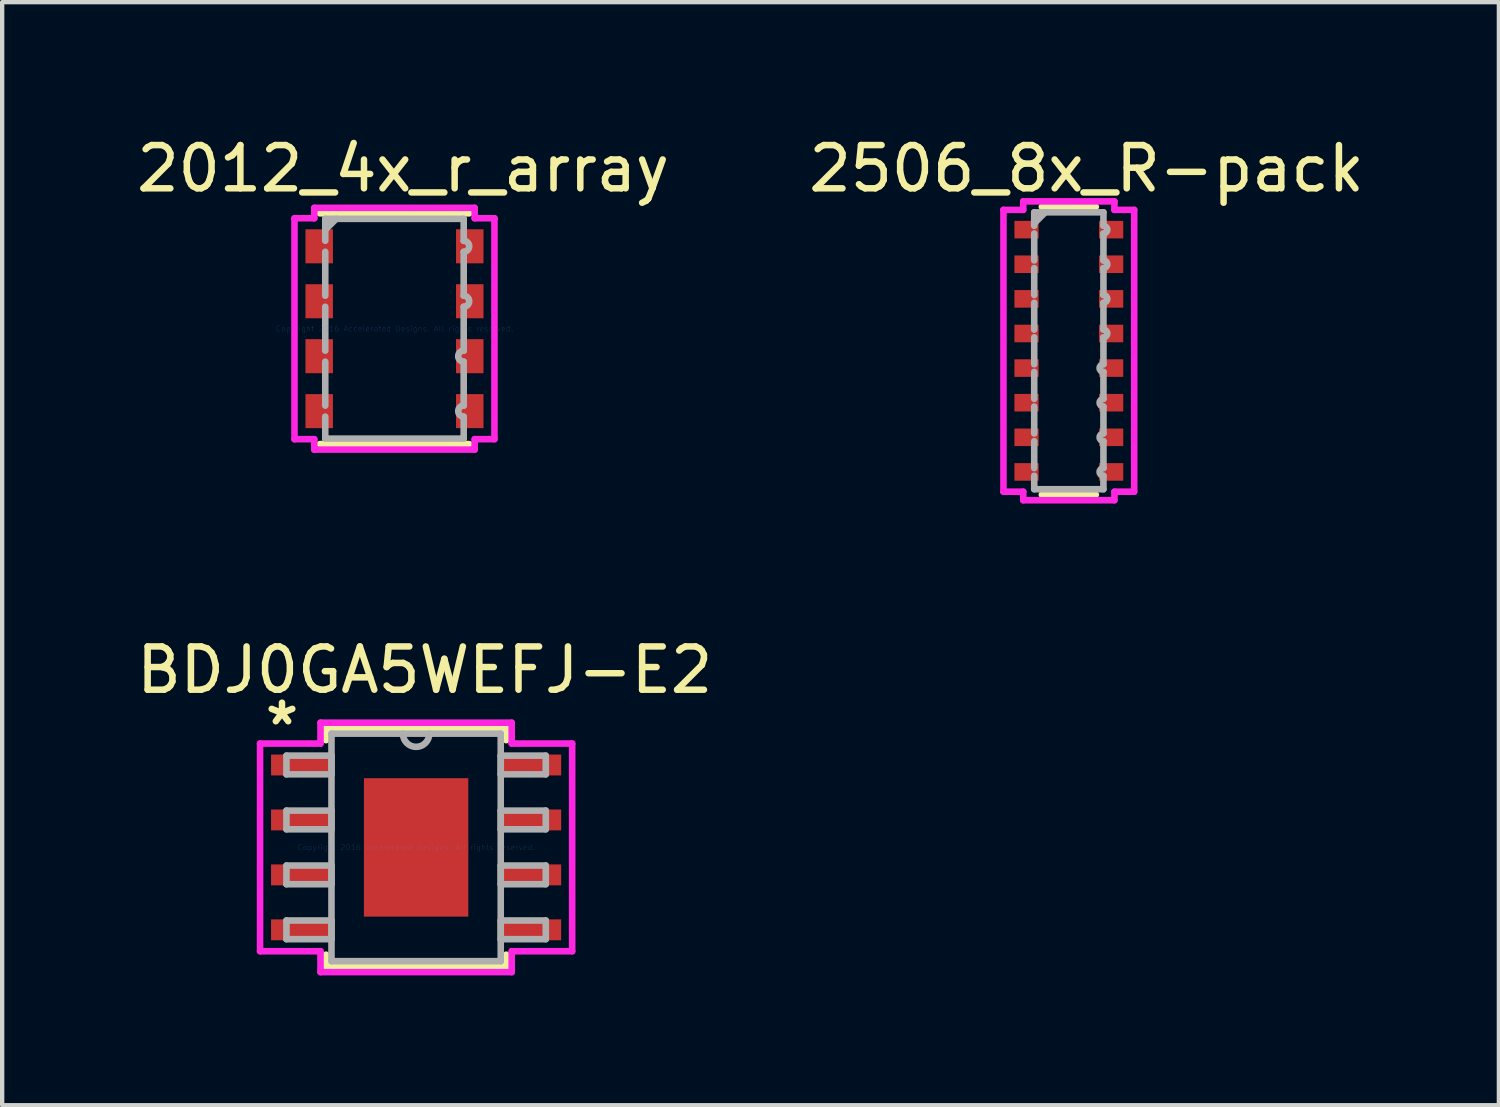
<source format=kicad_pcb>
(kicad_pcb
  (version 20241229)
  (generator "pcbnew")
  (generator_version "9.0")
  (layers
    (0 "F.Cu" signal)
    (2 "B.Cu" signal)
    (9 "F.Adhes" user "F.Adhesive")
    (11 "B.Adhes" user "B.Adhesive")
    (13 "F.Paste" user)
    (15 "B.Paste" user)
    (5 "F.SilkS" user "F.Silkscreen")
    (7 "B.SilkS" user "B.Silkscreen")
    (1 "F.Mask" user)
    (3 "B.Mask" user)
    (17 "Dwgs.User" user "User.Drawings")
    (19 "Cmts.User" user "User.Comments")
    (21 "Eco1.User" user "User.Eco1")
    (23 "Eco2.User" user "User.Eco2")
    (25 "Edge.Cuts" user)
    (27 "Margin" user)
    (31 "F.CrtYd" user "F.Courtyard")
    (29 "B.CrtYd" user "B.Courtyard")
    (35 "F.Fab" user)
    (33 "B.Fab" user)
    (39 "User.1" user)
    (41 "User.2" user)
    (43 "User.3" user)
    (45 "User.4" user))
  (footprint "2506_8x_R-pack"
    (layer "F.Cu")
    (at 21.655 5.058)
    (property "Reference" "2506_8x_R-pack" (at 0.41 -4.21 0) (layer "F.SilkS") (effects (font (size 1 1) (thickness 0.15))))
    (attr through_hole)
    (fp_line (start -0.624 -3.327) (end 0.624 -3.327) (stroke (width 0.152) (type solid)) (layer "F.SilkS"))
    (fp_line (start -0.624 3.327) (end 0.624 3.327) (stroke (width 0.152) (type solid)) (layer "F.SilkS"))
    (fp_line (start -1.511 -3.257) (end -1.054 -3.257) (stroke (width 0.152) (type solid)) (layer "F.CrtYd"))
    (fp_line (start -1.511 3.257) (end -1.511 -3.257) (stroke (width 0.152) (type solid)) (layer "F.CrtYd"))
    (fp_line (start -1.054 -3.454) (end 1.054 -3.454) (stroke (width 0.152) (type solid)) (layer "F.CrtYd"))
    (fp_line (start -1.054 -3.257) (end -1.054 -3.454) (stroke (width 0.152) (type solid)) (layer "F.CrtYd"))
    (fp_line (start -1.054 3.257) (end -1.511 3.257) (stroke (width 0.152) (type solid)) (layer "F.CrtYd"))
    (fp_line (start -1.054 3.454) (end -1.054 3.257) (stroke (width 0.152) (type solid)) (layer "F.CrtYd"))
    (fp_line (start 1.054 -3.454) (end 1.054 -3.257) (stroke (width 0.152) (type solid)) (layer "F.CrtYd"))
    (fp_line (start 1.054 -3.257) (end 1.511 -3.257) (stroke (width 0.152) (type solid)) (layer "F.CrtYd"))
    (fp_line (start 1.054 3.257) (end 1.054 3.454) (stroke (width 0.152) (type solid)) (layer "F.CrtYd"))
    (fp_line (start 1.054 3.454) (end -1.054 3.454) (stroke (width 0.152) (type solid)) (layer "F.CrtYd"))
    (fp_line (start 1.511 -3.257) (end 1.511 3.257) (stroke (width 0.152) (type solid)) (layer "F.CrtYd"))
    (fp_line (start 1.511 3.257) (end 1.054 3.257) (stroke (width 0.152) (type solid)) (layer "F.CrtYd"))
    (fp_line (start -0.8 -3.2) (end 0.8 -3.2) (stroke (width 0.152) (type solid)) (layer "F.Fab"))
    (fp_line (start -0.8 -2.889) (end -0.8 -3.2) (stroke (width 0.152) (type solid)) (layer "F.Fab"))
    (fp_line (start -0.8 -2.711) (end -0.8 -2.089) (stroke (width 0.152) (type solid)) (layer "F.Fab"))
    (fp_line (start -0.8 -1.911) (end -0.8 -1.289) (stroke (width 0.152) (type solid)) (layer "F.Fab"))
    (fp_line (start -0.8 -1.111) (end -0.8 -0.489) (stroke (width 0.152) (type solid)) (layer "F.Fab"))
    (fp_line (start -0.8 -0.311) (end -0.8 0.311) (stroke (width 0.152) (type solid)) (layer "F.Fab"))
    (fp_line (start -0.8 0.489) (end -0.8 1.111) (stroke (width 0.152) (type solid)) (layer "F.Fab"))
    (fp_line (start -0.8 1.289) (end -0.8 1.911) (stroke (width 0.152) (type solid)) (layer "F.Fab"))
    (fp_line (start -0.8 2.089) (end -0.8 2.711) (stroke (width 0.152) (type solid)) (layer "F.Fab"))
    (fp_line (start -0.8 2.889) (end -0.8 3.2) (stroke (width 0.152) (type solid)) (layer "F.Fab"))
    (fp_line (start -0.8 3.2) (end 0.8 3.2) (stroke (width 0.152) (type solid)) (layer "F.Fab"))
    (fp_line (start -0.546 -3.2) (end -0.8 -2.946) (stroke (width 0.152) (type solid)) (layer "F.Fab"))
    (fp_line (start 0.8 -2.889) (end 0.8 -3.2) (stroke (width 0.152) (type solid)) (layer "F.Fab"))
    (fp_line (start 0.8 -2.711) (end 0.8 -2.089) (stroke (width 0.152) (type solid)) (layer "F.Fab"))
    (fp_line (start 0.8 -1.911) (end 0.8 -1.289) (stroke (width 0.152) (type solid)) (layer "F.Fab"))
    (fp_line (start 0.8 -1.111) (end 0.8 -0.489) (stroke (width 0.152) (type solid)) (layer "F.Fab"))
    (fp_line (start 0.8 -0.311) (end 0.8 0.311) (stroke (width 0.152) (type solid)) (layer "F.Fab"))
    (fp_line (start 0.8 0.489) (end 0.8 1.111) (stroke (width 0.152) (type solid)) (layer "F.Fab"))
    (fp_line (start 0.8 1.289) (end 0.8 1.911) (stroke (width 0.152) (type solid)) (layer "F.Fab"))
    (fp_line (start 0.8 2.089) (end 0.8 2.711) (stroke (width 0.152) (type solid)) (layer "F.Fab"))
    (fp_line (start 0.8 2.889) (end 0.8 3.2) (stroke (width 0.152) (type solid)) (layer "F.Fab"))
    (fp_arc (start 0.8001 -2.888899) (mid 0.889 -2.799999) (end 0.8001 -2.711099) (stroke (width 0.1524) (type solid)) (layer "F.Fab"))
    (fp_arc (start 0.8001 -2.088899) (mid 0.889 -1.999999) (end 0.8001 -1.911099) (stroke (width 0.1524) (type solid)) (layer "F.Fab"))
    (fp_arc (start 0.8001 -1.2889) (mid 0.889 -1.2) (end 0.8001 -1.1111) (stroke (width 0.1524) (type solid)) (layer "F.Fab"))
    (fp_arc (start 0.8001 -0.488899) (mid 0.889 -0.399999) (end 0.8001 -0.311099) (stroke (width 0.1524) (type solid)) (layer "F.Fab"))
    (fp_arc (start 0.8001 0.488899) (mid 0.7112 0.399999) (end 0.8001 0.311099) (stroke (width 0.1524) (type solid)) (layer "F.Fab"))
    (fp_arc (start 0.8001 1.2889) (mid 0.7112 1.2) (end 0.8001 1.1111) (stroke (width 0.1524) (type solid)) (layer "F.Fab"))
    (fp_arc (start 0.8001 2.088901) (mid 0.7112 2.000001) (end 0.8001 1.911101) (stroke (width 0.1524) (type solid)) (layer "F.Fab"))
    (fp_arc (start 0.8001 2.888899) (mid 0.7112 2.799999) (end 0.8001 2.711099) (stroke (width 0.1524) (type solid)) (layer "F.Fab"))
    (pad "1" smd rect (at -0.978 -2.8) (size 0.559 0.406) (layers "F.Cu" "F.Mask" "F.Paste"))
    (pad "2" smd rect (at -0.978 -2) (size 0.559 0.406) (layers "F.Cu" "F.Mask" "F.Paste"))
    (pad "3" smd rect (at -0.978 -1.2) (size 0.559 0.406) (layers "F.Cu" "F.Mask" "F.Paste"))
    (pad "4" smd rect (at -0.978 -0.4) (size 0.559 0.406) (layers "F.Cu" "F.Mask" "F.Paste"))
    (pad "5" smd rect (at -0.978 0.4) (size 0.559 0.406) (layers "F.Cu" "F.Mask" "F.Paste"))
    (pad "6" smd rect (at -0.978 1.2) (size 0.559 0.406) (layers "F.Cu" "F.Mask" "F.Paste"))
    (pad "7" smd rect (at -0.978 2) (size 0.559 0.406) (layers "F.Cu" "F.Mask" "F.Paste"))
    (pad "8" smd rect (at -0.978 2.8) (size 0.559 0.406) (layers "F.Cu" "F.Mask" "F.Paste"))
    (pad "9" smd rect (at 0.978 2.8) (size 0.559 0.406) (layers "F.Cu" "F.Mask" "F.Paste"))
    (pad "10" smd rect (at 0.978 2) (size 0.559 0.406) (layers "F.Cu" "F.Mask" "F.Paste"))
    (pad "11" smd rect (at 0.978 1.2) (size 0.559 0.406) (layers "F.Cu" "F.Mask" "F.Paste"))
    (pad "12" smd rect (at 0.978 0.4) (size 0.559 0.406) (layers "F.Cu" "F.Mask" "F.Paste"))
    (pad "13" smd rect (at 0.978 -0.4) (size 0.559 0.406) (layers "F.Cu" "F.Mask" "F.Paste"))
    (pad "14" smd rect (at 0.978 -1.2) (size 0.559 0.406) (layers "F.Cu" "F.Mask" "F.Paste"))
    (pad "15" smd rect (at 0.978 -2) (size 0.559 0.406) (layers "F.Cu" "F.Mask" "F.Paste"))
    (pad "16" smd rect (at 0.978 -2.8) (size 0.559 0.406) (layers "F.Cu" "F.Mask" "F.Paste")))
  (footprint "BDJ0GA5WEFJ-E2"
    (layer "F.Cu")
    (at 6.568 16.537)
    (property "Reference" "BDJ0GA5WEFJ-E2" (at 0.2 -4.1 0) (layer "F.SilkS") (effects (font (size 1 1) (thickness 0.15))))
    (attr through_hole)
    (fp_line (start -2.083 -2.756) (end -2.083 -2.479) (stroke (width 0.152) (type solid)) (layer "F.SilkS"))
    (fp_line (start -2.083 2.479) (end -2.083 2.756) (stroke (width 0.152) (type solid)) (layer "F.SilkS"))
    (fp_line (start -2.083 2.756) (end 2.083 2.756) (stroke (width 0.152) (type solid)) (layer "F.SilkS"))
    (fp_line (start 2.083 -2.756) (end -2.083 -2.756) (stroke (width 0.152) (type solid)) (layer "F.SilkS"))
    (fp_line (start 2.083 -2.479) (end 2.083 -2.756) (stroke (width 0.152) (type solid)) (layer "F.SilkS"))
    (fp_line (start 2.083 2.756) (end 2.083 2.479) (stroke (width 0.152) (type solid)) (layer "F.SilkS"))
    (fp_line (start -1.107 -1.5) (end -1.107 -0.1) (stroke (width 0.152) (type solid)) (layer "F.Paste"))
    (fp_line (start -1.107 -0.1) (end 1.107 -0.1) (stroke (width 0.152) (type solid)) (layer "F.Paste"))
    (fp_line (start -1.107 0.1) (end -1.107 1.5) (stroke (width 0.152) (type solid)) (layer "F.Paste"))
    (fp_line (start -1.107 1.5) (end 1.107 1.5) (stroke (width 0.152) (type solid)) (layer "F.Paste"))
    (fp_line (start 1.107 -1.5) (end -1.107 -1.5) (stroke (width 0.152) (type solid)) (layer "F.Paste"))
    (fp_line (start 1.107 -0.1) (end 1.107 -1.5) (stroke (width 0.152) (type solid)) (layer "F.Paste"))
    (fp_line (start 1.107 0.1) (end -1.107 0.1) (stroke (width 0.152) (type solid)) (layer "F.Paste"))
    (fp_line (start 1.107 1.5) (end 1.107 0.1) (stroke (width 0.152) (type solid)) (layer "F.Paste"))
    (fp_line (start -3.607 -2.4) (end -2.21 -2.4) (stroke (width 0.152) (type solid)) (layer "F.CrtYd"))
    (fp_line (start -3.607 2.4) (end -3.607 -2.4) (stroke (width 0.152) (type solid)) (layer "F.CrtYd"))
    (fp_line (start -2.21 -2.883) (end 2.21 -2.883) (stroke (width 0.152) (type solid)) (layer "F.CrtYd"))
    (fp_line (start -2.21 -2.4) (end -2.21 -2.883) (stroke (width 0.152) (type solid)) (layer "F.CrtYd"))
    (fp_line (start -2.21 2.4) (end -3.607 2.4) (stroke (width 0.152) (type solid)) (layer "F.CrtYd"))
    (fp_line (start -2.21 2.883) (end -2.21 2.4) (stroke (width 0.152) (type solid)) (layer "F.CrtYd"))
    (fp_line (start 2.21 -2.883) (end 2.21 -2.4) (stroke (width 0.152) (type solid)) (layer "F.CrtYd"))
    (fp_line (start 2.21 -2.4) (end 3.607 -2.4) (stroke (width 0.152) (type solid)) (layer "F.CrtYd"))
    (fp_line (start 2.21 2.4) (end 2.21 2.883) (stroke (width 0.152) (type solid)) (layer "F.CrtYd"))
    (fp_line (start 2.21 2.883) (end -2.21 2.883) (stroke (width 0.152) (type solid)) (layer "F.CrtYd"))
    (fp_line (start 3.607 -2.4) (end 3.607 2.4) (stroke (width 0.152) (type solid)) (layer "F.CrtYd"))
    (fp_line (start 3.607 2.4) (end 2.21 2.4) (stroke (width 0.152) (type solid)) (layer "F.CrtYd"))
    (fp_line (start -2.997 -2.121) (end -2.997 -1.689) (stroke (width 0.152) (type solid)) (layer "F.Fab"))
    (fp_line (start -2.997 -1.689) (end -1.956 -1.689) (stroke (width 0.152) (type solid)) (layer "F.Fab"))
    (fp_line (start -2.997 -0.851) (end -2.997 -0.419) (stroke (width 0.152) (type solid)) (layer "F.Fab"))
    (fp_line (start -2.997 -0.419) (end -1.956 -0.419) (stroke (width 0.152) (type solid)) (layer "F.Fab"))
    (fp_line (start -2.997 0.419) (end -2.997 0.851) (stroke (width 0.152) (type solid)) (layer "F.Fab"))
    (fp_line (start -2.997 0.851) (end -1.956 0.851) (stroke (width 0.152) (type solid)) (layer "F.Fab"))
    (fp_line (start -2.997 1.689) (end -2.997 2.121) (stroke (width 0.152) (type solid)) (layer "F.Fab"))
    (fp_line (start -2.997 2.121) (end -1.956 2.121) (stroke (width 0.152) (type solid)) (layer "F.Fab"))
    (fp_line (start -1.956 -2.629) (end -1.956 2.629) (stroke (width 0.152) (type solid)) (layer "F.Fab"))
    (fp_line (start -1.956 -2.121) (end -2.997 -2.121) (stroke (width 0.152) (type solid)) (layer "F.Fab"))
    (fp_line (start -1.956 -1.689) (end -1.956 -2.121) (stroke (width 0.152) (type solid)) (layer "F.Fab"))
    (fp_line (start -1.956 -0.851) (end -2.997 -0.851) (stroke (width 0.152) (type solid)) (layer "F.Fab"))
    (fp_line (start -1.956 -0.419) (end -1.956 -0.851) (stroke (width 0.152) (type solid)) (layer "F.Fab"))
    (fp_line (start -1.956 0.419) (end -2.997 0.419) (stroke (width 0.152) (type solid)) (layer "F.Fab"))
    (fp_line (start -1.956 0.851) (end -1.956 0.419) (stroke (width 0.152) (type solid)) (layer "F.Fab"))
    (fp_line (start -1.956 1.689) (end -2.997 1.689) (stroke (width 0.152) (type solid)) (layer "F.Fab"))
    (fp_line (start -1.956 2.121) (end -1.956 1.689) (stroke (width 0.152) (type solid)) (layer "F.Fab"))
    (fp_line (start -1.956 2.629) (end 1.956 2.629) (stroke (width 0.152) (type solid)) (layer "F.Fab"))
    (fp_line (start 1.956 -2.629) (end -1.956 -2.629) (stroke (width 0.152) (type solid)) (layer "F.Fab"))
    (fp_line (start 1.956 -2.121) (end 1.956 -1.689) (stroke (width 0.152) (type solid)) (layer "F.Fab"))
    (fp_line (start 1.956 -1.689) (end 2.997 -1.689) (stroke (width 0.152) (type solid)) (layer "F.Fab"))
    (fp_line (start 1.956 -0.851) (end 1.956 -0.419) (stroke (width 0.152) (type solid)) (layer "F.Fab"))
    (fp_line (start 1.956 -0.419) (end 2.997 -0.419) (stroke (width 0.152) (type solid)) (layer "F.Fab"))
    (fp_line (start 1.956 0.419) (end 1.956 0.851) (stroke (width 0.152) (type solid)) (layer "F.Fab"))
    (fp_line (start 1.956 0.851) (end 2.997 0.851) (stroke (width 0.152) (type solid)) (layer "F.Fab"))
    (fp_line (start 1.956 1.689) (end 1.956 2.121) (stroke (width 0.152) (type solid)) (layer "F.Fab"))
    (fp_line (start 1.956 2.121) (end 2.997 2.121) (stroke (width 0.152) (type solid)) (layer "F.Fab"))
    (fp_line (start 1.956 2.629) (end 1.956 -2.629) (stroke (width 0.152) (type solid)) (layer "F.Fab"))
    (fp_line (start 2.997 -2.121) (end 1.956 -2.121) (stroke (width 0.152) (type solid)) (layer "F.Fab"))
    (fp_line (start 2.997 -1.689) (end 2.997 -2.121) (stroke (width 0.152) (type solid)) (layer "F.Fab"))
    (fp_line (start 2.997 -0.851) (end 1.956 -0.851) (stroke (width 0.152) (type solid)) (layer "F.Fab"))
    (fp_line (start 2.997 -0.419) (end 2.997 -0.851) (stroke (width 0.152) (type solid)) (layer "F.Fab"))
    (fp_line (start 2.997 0.419) (end 1.956 0.419) (stroke (width 0.152) (type solid)) (layer "F.Fab"))
    (fp_line (start 2.997 0.851) (end 2.997 0.419) (stroke (width 0.152) (type solid)) (layer "F.Fab"))
    (fp_line (start 2.997 1.689) (end 1.956 1.689) (stroke (width 0.152) (type solid)) (layer "F.Fab"))
    (fp_line (start 2.997 2.121) (end 2.997 1.689) (stroke (width 0.152) (type solid)) (layer "F.Fab"))
    (fp_arc (start 0.3048 -2.6289) (mid 0 -2.3241) (end -0.3048 -2.6289) (stroke (width 0.1524) (type solid)) (layer "F.Fab"))
    (fp_text user "*" (at -3.1 -2.8 0) (layer "F.SilkS") (effects (font (size 1 1) (thickness 0.15))))
    (fp_text user "Copyright 2016 Accelerated Designs. All rights reserved." (at 0 0 0) (layer "Cmts.User") (effects (font (size 0.127 0.127) (thickness 0.002))))
    (pad "1" smd rect (at -2.667 -1.905) (size 1.372 0.483) (layers "F.Cu" "F.Mask" "F.Paste"))
    (pad "2" smd rect (at -2.667 -0.635) (size 1.372 0.483) (layers "F.Cu" "F.Mask" "F.Paste"))
    (pad "3" smd rect (at -2.667 0.635) (size 1.372 0.483) (layers "F.Cu" "F.Mask" "F.Paste"))
    (pad "4" smd rect (at -2.667 1.905) (size 1.372 0.483) (layers "F.Cu" "F.Mask" "F.Paste"))
    (pad "5" smd rect (at 2.667 1.905) (size 1.372 0.483) (layers "F.Cu" "F.Mask" "F.Paste"))
    (pad "6" smd rect (at 2.667 0.635) (size 1.372 0.483) (layers "F.Cu" "F.Mask" "F.Paste"))
    (pad "7" smd rect (at 2.667 -0.635) (size 1.372 0.483) (layers "F.Cu" "F.Mask" "F.Paste"))
    (pad "8" smd rect (at 2.667 -1.905) (size 1.372 0.483) (layers "F.Cu" "F.Mask" "F.Paste"))
    (pad "EPAD" smd rect (at 0 0) (size 2.413 3.2) (layers "F.Cu" "F.Mask" "F.Paste")))
  (footprint "2012_4x_r_array"
    (layer "F.Cu")
    (at 6.068 4.548)
    (property "Reference" "2012_4x_r_array" (at 0.2 -3.7 0) (layer "F.SilkS") (effects (font (size 1 1) (thickness 0.15))))
    (attr through_hole)
    (fp_line (start -1.727 -2.667) (end 1.727 -2.667) (stroke (width 0.152) (type solid)) (layer "F.SilkS"))
    (fp_line (start -1.727 2.667) (end 1.727 2.667) (stroke (width 0.152) (type solid)) (layer "F.SilkS"))
    (fp_line (start -2.311 -2.553) (end -1.854 -2.553) (stroke (width 0.152) (type solid)) (layer "F.CrtYd"))
    (fp_line (start -2.311 2.553) (end -2.311 -2.553) (stroke (width 0.152) (type solid)) (layer "F.CrtYd"))
    (fp_line (start -1.854 -2.794) (end 1.854 -2.794) (stroke (width 0.152) (type solid)) (layer "F.CrtYd"))
    (fp_line (start -1.854 -2.553) (end -1.854 -2.794) (stroke (width 0.152) (type solid)) (layer "F.CrtYd"))
    (fp_line (start -1.854 2.553) (end -2.311 2.553) (stroke (width 0.152) (type solid)) (layer "F.CrtYd"))
    (fp_line (start -1.854 2.794) (end -1.854 2.553) (stroke (width 0.152) (type solid)) (layer "F.CrtYd"))
    (fp_line (start 1.854 -2.794) (end 1.854 -2.553) (stroke (width 0.152) (type solid)) (layer "F.CrtYd"))
    (fp_line (start 1.854 -2.553) (end 2.311 -2.553) (stroke (width 0.152) (type solid)) (layer "F.CrtYd"))
    (fp_line (start 1.854 2.553) (end 1.854 2.794) (stroke (width 0.152) (type solid)) (layer "F.CrtYd"))
    (fp_line (start 1.854 2.794) (end -1.854 2.794) (stroke (width 0.152) (type solid)) (layer "F.CrtYd"))
    (fp_line (start 2.311 -2.553) (end 2.311 2.553) (stroke (width 0.152) (type solid)) (layer "F.CrtYd"))
    (fp_line (start 2.311 2.553) (end 1.854 2.553) (stroke (width 0.152) (type solid)) (layer "F.CrtYd"))
    (fp_line (start -1.6 -2.54) (end 1.6 -2.54) (stroke (width 0.152) (type solid)) (layer "F.Fab"))
    (fp_line (start -1.6 -2.032) (end -1.6 -2.54) (stroke (width 0.152) (type solid)) (layer "F.Fab"))
    (fp_line (start -1.6 -1.778) (end -1.6 -0.762) (stroke (width 0.152) (type solid)) (layer "F.Fab"))
    (fp_line (start -1.6 -0.508) (end -1.6 0.508) (stroke (width 0.152) (type solid)) (layer "F.Fab"))
    (fp_line (start -1.6 0.762) (end -1.6 1.778) (stroke (width 0.152) (type solid)) (layer "F.Fab"))
    (fp_line (start -1.6 2.032) (end -1.6 2.54) (stroke (width 0.152) (type solid)) (layer "F.Fab"))
    (fp_line (start -1.6 2.54) (end 1.6 2.54) (stroke (width 0.152) (type solid)) (layer "F.Fab"))
    (fp_line (start -1.346 -2.54) (end -1.6 -2.286) (stroke (width 0.152) (type solid)) (layer "F.Fab"))
    (fp_line (start 1.6 -2.032) (end 1.6 -2.54) (stroke (width 0.152) (type solid)) (layer "F.Fab"))
    (fp_line (start 1.6 -1.778) (end 1.6 -0.762) (stroke (width 0.152) (type solid)) (layer "F.Fab"))
    (fp_line (start 1.6 -0.508) (end 1.6 0.508) (stroke (width 0.152) (type solid)) (layer "F.Fab"))
    (fp_line (start 1.6 0.762) (end 1.6 1.778) (stroke (width 0.152) (type solid)) (layer "F.Fab"))
    (fp_line (start 1.6 2.032) (end 1.6 2.54) (stroke (width 0.152) (type solid)) (layer "F.Fab"))
    (fp_arc (start 1.6002 -2.032) (mid 1.7272 -1.905) (end 1.6002 -1.778) (stroke (width 0.1524) (type solid)) (layer "F.Fab"))
    (fp_arc (start 1.6002 -0.762) (mid 1.7272 -0.635) (end 1.6002 -0.508) (stroke (width 0.1524) (type solid)) (layer "F.Fab"))
    (fp_arc (start 1.6002 0.762) (mid 1.4732 0.635) (end 1.6002 0.508) (stroke (width 0.1524) (type solid)) (layer "F.Fab"))
    (fp_arc (start 1.6002 2.032) (mid 1.4732 1.905) (end 1.6002 1.778) (stroke (width 0.1524) (type solid)) (layer "F.Fab"))
    (fp_text user "Copyright 2016 Accelerated Designs. All rights reserved." (at 0 0 0) (layer "Cmts.User") (effects (font (size 0.127 0.127) (thickness 0.002))))
    (pad "1" smd rect (at -1.74 -1.905) (size 0.635 0.787) (layers "F.Cu" "F.Mask" "F.Paste"))
    (pad "2" smd rect (at -1.74 -0.635) (size 0.635 0.787) (layers "F.Cu" "F.Mask" "F.Paste"))
    (pad "3" smd rect (at -1.74 0.635) (size 0.635 0.787) (layers "F.Cu" "F.Mask" "F.Paste"))
    (pad "4" smd rect (at -1.74 1.905) (size 0.635 0.787) (layers "F.Cu" "F.Mask" "F.Paste"))
    (pad "5" smd rect (at 1.74 1.905) (size 0.635 0.787) (layers "F.Cu" "F.Mask" "F.Paste"))
    (pad "6" smd rect (at 1.74 0.635) (size 0.635 0.787) (layers "F.Cu" "F.Mask" "F.Paste"))
    (pad "7" smd rect (at 1.74 -0.635) (size 0.635 0.787) (layers "F.Cu" "F.Mask" "F.Paste"))
    (pad "8" smd rect (at 1.74 -1.905) (size 0.635 0.787) (layers "F.Cu" "F.Mask" "F.Paste")))
  (gr_rect
    (start -3 -3)
    (end 31.595 22.496)
    (stroke (width 0.1) (type default))
    (fill no)
    (layer "Edge.Cuts")))
</source>
